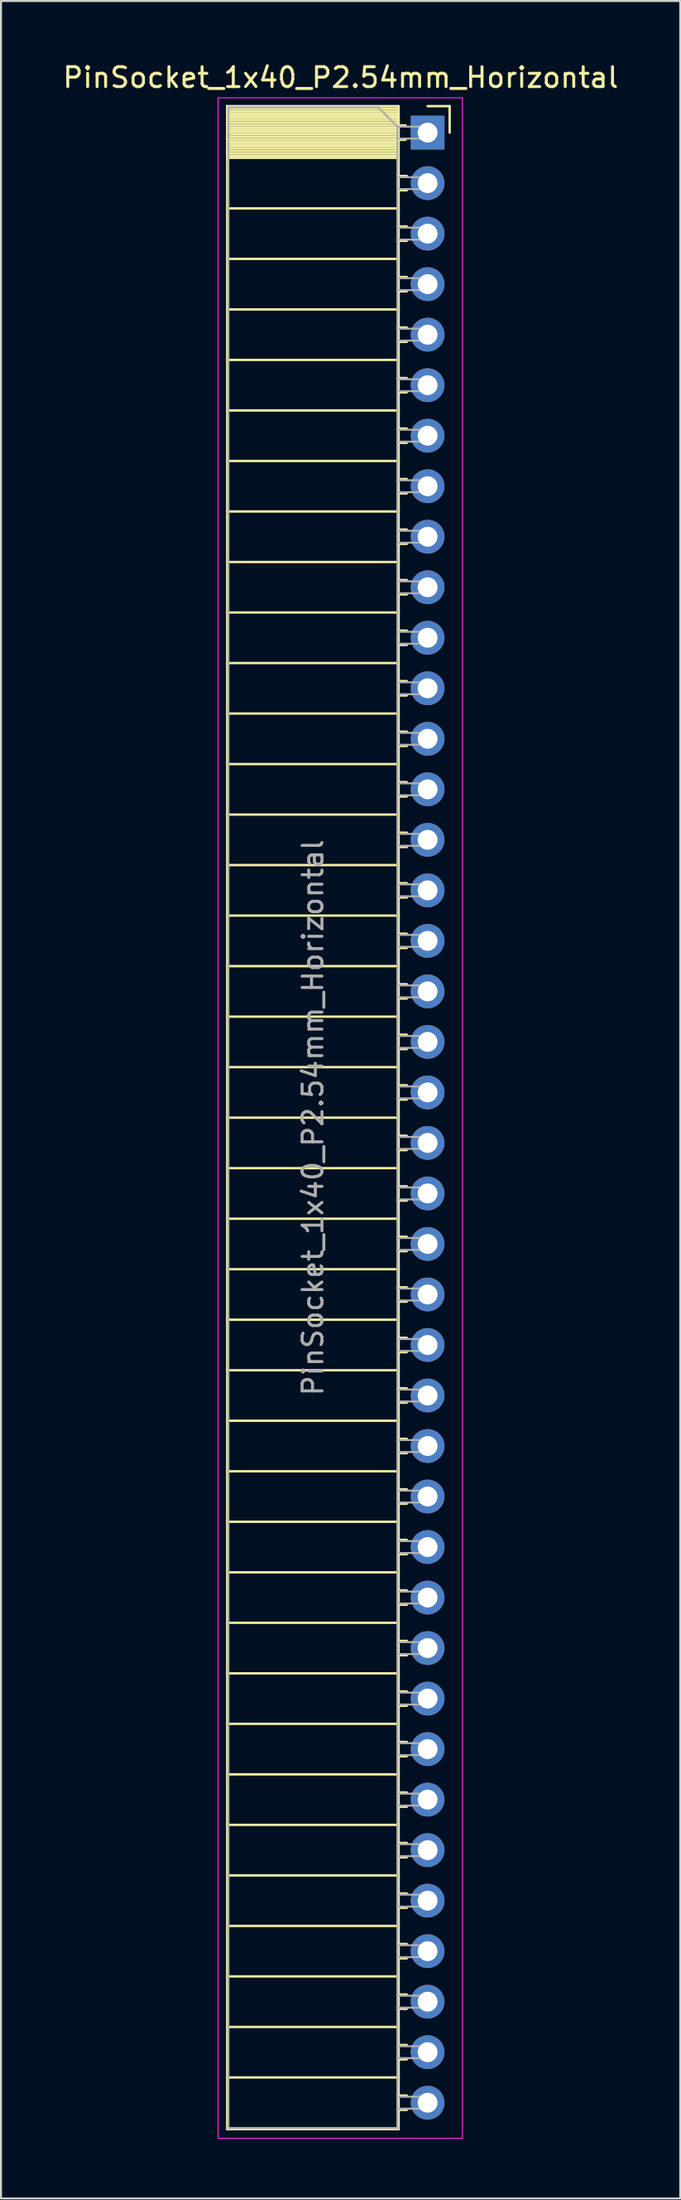
<source format=kicad_pcb>
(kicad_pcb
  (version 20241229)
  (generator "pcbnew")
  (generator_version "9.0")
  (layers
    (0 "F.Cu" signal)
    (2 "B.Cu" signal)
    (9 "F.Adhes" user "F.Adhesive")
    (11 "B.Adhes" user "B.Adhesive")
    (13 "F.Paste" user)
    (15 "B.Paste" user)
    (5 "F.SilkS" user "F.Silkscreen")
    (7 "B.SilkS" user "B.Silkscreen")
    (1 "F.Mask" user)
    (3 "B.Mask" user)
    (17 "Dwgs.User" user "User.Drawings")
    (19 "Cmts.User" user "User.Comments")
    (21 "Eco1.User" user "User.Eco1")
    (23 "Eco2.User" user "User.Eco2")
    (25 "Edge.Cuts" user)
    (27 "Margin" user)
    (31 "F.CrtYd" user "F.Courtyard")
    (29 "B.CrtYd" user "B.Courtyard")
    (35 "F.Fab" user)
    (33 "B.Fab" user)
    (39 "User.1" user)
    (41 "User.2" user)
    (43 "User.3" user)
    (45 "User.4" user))
  (footprint "PinSocket_1x40_P2.54mm_Horizontal"
    (layer "F.Cu")
    (at 18.481 3.618)
    (property "Reference" "PinSocket_1x40_P2.54mm_Horizontal" (at -4.38 -2.77 0) (layer "F.SilkS") (effects (font (size 1 1) (thickness 0.15))))
    (attr through_hole)
    (fp_line (start -10.09 -1.33) (end -10.09 100.39) (stroke (width 0.12) (type solid)) (layer "F.SilkS"))
    (fp_line (start -10.09 -1.33) (end -1.46 -1.33) (stroke (width 0.12) (type solid)) (layer "F.SilkS"))
    (fp_line (start -10.09 -1.21) (end -1.46 -1.21) (stroke (width 0.12) (type solid)) (layer "F.SilkS"))
    (fp_line (start -10.09 -1.092) (end -1.46 -1.092) (stroke (width 0.12) (type solid)) (layer "F.SilkS"))
    (fp_line (start -10.09 -0.974) (end -1.46 -0.974) (stroke (width 0.12) (type solid)) (layer "F.SilkS"))
    (fp_line (start -10.09 -0.856) (end -1.46 -0.856) (stroke (width 0.12) (type solid)) (layer "F.SilkS"))
    (fp_line (start -10.09 -0.738) (end -1.46 -0.738) (stroke (width 0.12) (type solid)) (layer "F.SilkS"))
    (fp_line (start -10.09 -0.62) (end -1.46 -0.62) (stroke (width 0.12) (type solid)) (layer "F.SilkS"))
    (fp_line (start -10.09 -0.501) (end -1.46 -0.501) (stroke (width 0.12) (type solid)) (layer "F.SilkS"))
    (fp_line (start -10.09 -0.383) (end -1.46 -0.383) (stroke (width 0.12) (type solid)) (layer "F.SilkS"))
    (fp_line (start -10.09 -0.265) (end -1.46 -0.265) (stroke (width 0.12) (type solid)) (layer "F.SilkS"))
    (fp_line (start -10.09 -0.147) (end -1.46 -0.147) (stroke (width 0.12) (type solid)) (layer "F.SilkS"))
    (fp_line (start -10.09 -0.029) (end -1.46 -0.029) (stroke (width 0.12) (type solid)) (layer "F.SilkS"))
    (fp_line (start -10.09 0.089) (end -1.46 0.089) (stroke (width 0.12) (type solid)) (layer "F.SilkS"))
    (fp_line (start -10.09 0.207) (end -1.46 0.207) (stroke (width 0.12) (type solid)) (layer "F.SilkS"))
    (fp_line (start -10.09 0.325) (end -1.46 0.325) (stroke (width 0.12) (type solid)) (layer "F.SilkS"))
    (fp_line (start -10.09 0.443) (end -1.46 0.443) (stroke (width 0.12) (type solid)) (layer "F.SilkS"))
    (fp_line (start -10.09 0.561) (end -1.46 0.561) (stroke (width 0.12) (type solid)) (layer "F.SilkS"))
    (fp_line (start -10.09 0.68) (end -1.46 0.68) (stroke (width 0.12) (type solid)) (layer "F.SilkS"))
    (fp_line (start -10.09 0.798) (end -1.46 0.798) (stroke (width 0.12) (type solid)) (layer "F.SilkS"))
    (fp_line (start -10.09 0.916) (end -1.46 0.916) (stroke (width 0.12) (type solid)) (layer "F.SilkS"))
    (fp_line (start -10.09 1.034) (end -1.46 1.034) (stroke (width 0.12) (type solid)) (layer "F.SilkS"))
    (fp_line (start -10.09 1.152) (end -1.46 1.152) (stroke (width 0.12) (type solid)) (layer "F.SilkS"))
    (fp_line (start -10.09 1.27) (end -1.46 1.27) (stroke (width 0.12) (type solid)) (layer "F.SilkS"))
    (fp_line (start -10.09 3.81) (end -1.46 3.81) (stroke (width 0.12) (type solid)) (layer "F.SilkS"))
    (fp_line (start -10.09 6.35) (end -1.46 6.35) (stroke (width 0.12) (type solid)) (layer "F.SilkS"))
    (fp_line (start -10.09 8.89) (end -1.46 8.89) (stroke (width 0.12) (type solid)) (layer "F.SilkS"))
    (fp_line (start -10.09 11.43) (end -1.46 11.43) (stroke (width 0.12) (type solid)) (layer "F.SilkS"))
    (fp_line (start -10.09 13.97) (end -1.46 13.97) (stroke (width 0.12) (type solid)) (layer "F.SilkS"))
    (fp_line (start -10.09 16.51) (end -1.46 16.51) (stroke (width 0.12) (type solid)) (layer "F.SilkS"))
    (fp_line (start -10.09 19.05) (end -1.46 19.05) (stroke (width 0.12) (type solid)) (layer "F.SilkS"))
    (fp_line (start -10.09 21.59) (end -1.46 21.59) (stroke (width 0.12) (type solid)) (layer "F.SilkS"))
    (fp_line (start -10.09 24.13) (end -1.46 24.13) (stroke (width 0.12) (type solid)) (layer "F.SilkS"))
    (fp_line (start -10.09 26.67) (end -1.46 26.67) (stroke (width 0.12) (type solid)) (layer "F.SilkS"))
    (fp_line (start -10.09 29.21) (end -1.46 29.21) (stroke (width 0.12) (type solid)) (layer "F.SilkS"))
    (fp_line (start -10.09 31.75) (end -1.46 31.75) (stroke (width 0.12) (type solid)) (layer "F.SilkS"))
    (fp_line (start -10.09 34.29) (end -1.46 34.29) (stroke (width 0.12) (type solid)) (layer "F.SilkS"))
    (fp_line (start -10.09 36.83) (end -1.46 36.83) (stroke (width 0.12) (type solid)) (layer "F.SilkS"))
    (fp_line (start -10.09 39.37) (end -1.46 39.37) (stroke (width 0.12) (type solid)) (layer "F.SilkS"))
    (fp_line (start -10.09 41.91) (end -1.46 41.91) (stroke (width 0.12) (type solid)) (layer "F.SilkS"))
    (fp_line (start -10.09 44.45) (end -1.46 44.45) (stroke (width 0.12) (type solid)) (layer "F.SilkS"))
    (fp_line (start -10.09 46.99) (end -1.46 46.99) (stroke (width 0.12) (type solid)) (layer "F.SilkS"))
    (fp_line (start -10.09 49.53) (end -1.46 49.53) (stroke (width 0.12) (type solid)) (layer "F.SilkS"))
    (fp_line (start -10.09 52.07) (end -1.46 52.07) (stroke (width 0.12) (type solid)) (layer "F.SilkS"))
    (fp_line (start -10.09 54.61) (end -1.46 54.61) (stroke (width 0.12) (type solid)) (layer "F.SilkS"))
    (fp_line (start -10.09 57.15) (end -1.46 57.15) (stroke (width 0.12) (type solid)) (layer "F.SilkS"))
    (fp_line (start -10.09 59.69) (end -1.46 59.69) (stroke (width 0.12) (type solid)) (layer "F.SilkS"))
    (fp_line (start -10.09 62.23) (end -1.46 62.23) (stroke (width 0.12) (type solid)) (layer "F.SilkS"))
    (fp_line (start -10.09 64.77) (end -1.46 64.77) (stroke (width 0.12) (type solid)) (layer "F.SilkS"))
    (fp_line (start -10.09 67.31) (end -1.46 67.31) (stroke (width 0.12) (type solid)) (layer "F.SilkS"))
    (fp_line (start -10.09 69.85) (end -1.46 69.85) (stroke (width 0.12) (type solid)) (layer "F.SilkS"))
    (fp_line (start -10.09 72.39) (end -1.46 72.39) (stroke (width 0.12) (type solid)) (layer "F.SilkS"))
    (fp_line (start -10.09 74.93) (end -1.46 74.93) (stroke (width 0.12) (type solid)) (layer "F.SilkS"))
    (fp_line (start -10.09 77.47) (end -1.46 77.47) (stroke (width 0.12) (type solid)) (layer "F.SilkS"))
    (fp_line (start -10.09 80.01) (end -1.46 80.01) (stroke (width 0.12) (type solid)) (layer "F.SilkS"))
    (fp_line (start -10.09 82.55) (end -1.46 82.55) (stroke (width 0.12) (type solid)) (layer "F.SilkS"))
    (fp_line (start -10.09 85.09) (end -1.46 85.09) (stroke (width 0.12) (type solid)) (layer "F.SilkS"))
    (fp_line (start -10.09 87.63) (end -1.46 87.63) (stroke (width 0.12) (type solid)) (layer "F.SilkS"))
    (fp_line (start -10.09 90.17) (end -1.46 90.17) (stroke (width 0.12) (type solid)) (layer "F.SilkS"))
    (fp_line (start -10.09 92.71) (end -1.46 92.71) (stroke (width 0.12) (type solid)) (layer "F.SilkS"))
    (fp_line (start -10.09 95.25) (end -1.46 95.25) (stroke (width 0.12) (type solid)) (layer "F.SilkS"))
    (fp_line (start -10.09 97.79) (end -1.46 97.79) (stroke (width 0.12) (type solid)) (layer "F.SilkS"))
    (fp_line (start -10.09 100.39) (end -1.46 100.39) (stroke (width 0.12) (type solid)) (layer "F.SilkS"))
    (fp_line (start -1.46 -1.33) (end -1.46 100.39) (stroke (width 0.12) (type solid)) (layer "F.SilkS"))
    (fp_line (start -1.46 -0.36) (end -1.11 -0.36) (stroke (width 0.12) (type solid)) (layer "F.SilkS"))
    (fp_line (start -1.46 0.36) (end -1.11 0.36) (stroke (width 0.12) (type solid)) (layer "F.SilkS"))
    (fp_line (start -1.46 2.18) (end -1.05 2.18) (stroke (width 0.12) (type solid)) (layer "F.SilkS"))
    (fp_line (start -1.46 2.9) (end -1.05 2.9) (stroke (width 0.12) (type solid)) (layer "F.SilkS"))
    (fp_line (start -1.46 4.72) (end -1.05 4.72) (stroke (width 0.12) (type solid)) (layer "F.SilkS"))
    (fp_line (start -1.46 5.44) (end -1.05 5.44) (stroke (width 0.12) (type solid)) (layer "F.SilkS"))
    (fp_line (start -1.46 7.26) (end -1.05 7.26) (stroke (width 0.12) (type solid)) (layer "F.SilkS"))
    (fp_line (start -1.46 7.98) (end -1.05 7.98) (stroke (width 0.12) (type solid)) (layer "F.SilkS"))
    (fp_line (start -1.46 9.8) (end -1.05 9.8) (stroke (width 0.12) (type solid)) (layer "F.SilkS"))
    (fp_line (start -1.46 10.52) (end -1.05 10.52) (stroke (width 0.12) (type solid)) (layer "F.SilkS"))
    (fp_line (start -1.46 12.34) (end -1.05 12.34) (stroke (width 0.12) (type solid)) (layer "F.SilkS"))
    (fp_line (start -1.46 13.06) (end -1.05 13.06) (stroke (width 0.12) (type solid)) (layer "F.SilkS"))
    (fp_line (start -1.46 14.88) (end -1.05 14.88) (stroke (width 0.12) (type solid)) (layer "F.SilkS"))
    (fp_line (start -1.46 15.6) (end -1.05 15.6) (stroke (width 0.12) (type solid)) (layer "F.SilkS"))
    (fp_line (start -1.46 17.42) (end -1.05 17.42) (stroke (width 0.12) (type solid)) (layer "F.SilkS"))
    (fp_line (start -1.46 18.14) (end -1.05 18.14) (stroke (width 0.12) (type solid)) (layer "F.SilkS"))
    (fp_line (start -1.46 19.96) (end -1.05 19.96) (stroke (width 0.12) (type solid)) (layer "F.SilkS"))
    (fp_line (start -1.46 20.68) (end -1.05 20.68) (stroke (width 0.12) (type solid)) (layer "F.SilkS"))
    (fp_line (start -1.46 22.5) (end -1.05 22.5) (stroke (width 0.12) (type solid)) (layer "F.SilkS"))
    (fp_line (start -1.46 23.22) (end -1.05 23.22) (stroke (width 0.12) (type solid)) (layer "F.SilkS"))
    (fp_line (start -1.46 25.04) (end -1.05 25.04) (stroke (width 0.12) (type solid)) (layer "F.SilkS"))
    (fp_line (start -1.46 25.76) (end -1.05 25.76) (stroke (width 0.12) (type solid)) (layer "F.SilkS"))
    (fp_line (start -1.46 27.58) (end -1.05 27.58) (stroke (width 0.12) (type solid)) (layer "F.SilkS"))
    (fp_line (start -1.46 28.3) (end -1.05 28.3) (stroke (width 0.12) (type solid)) (layer "F.SilkS"))
    (fp_line (start -1.46 30.12) (end -1.05 30.12) (stroke (width 0.12) (type solid)) (layer "F.SilkS"))
    (fp_line (start -1.46 30.84) (end -1.05 30.84) (stroke (width 0.12) (type solid)) (layer "F.SilkS"))
    (fp_line (start -1.46 32.66) (end -1.05 32.66) (stroke (width 0.12) (type solid)) (layer "F.SilkS"))
    (fp_line (start -1.46 33.38) (end -1.05 33.38) (stroke (width 0.12) (type solid)) (layer "F.SilkS"))
    (fp_line (start -1.46 35.2) (end -1.05 35.2) (stroke (width 0.12) (type solid)) (layer "F.SilkS"))
    (fp_line (start -1.46 35.92) (end -1.05 35.92) (stroke (width 0.12) (type solid)) (layer "F.SilkS"))
    (fp_line (start -1.46 37.74) (end -1.05 37.74) (stroke (width 0.12) (type solid)) (layer "F.SilkS"))
    (fp_line (start -1.46 38.46) (end -1.05 38.46) (stroke (width 0.12) (type solid)) (layer "F.SilkS"))
    (fp_line (start -1.46 40.28) (end -1.05 40.28) (stroke (width 0.12) (type solid)) (layer "F.SilkS"))
    (fp_line (start -1.46 41) (end -1.05 41) (stroke (width 0.12) (type solid)) (layer "F.SilkS"))
    (fp_line (start -1.46 42.82) (end -1.05 42.82) (stroke (width 0.12) (type solid)) (layer "F.SilkS"))
    (fp_line (start -1.46 43.54) (end -1.05 43.54) (stroke (width 0.12) (type solid)) (layer "F.SilkS"))
    (fp_line (start -1.46 45.36) (end -1.05 45.36) (stroke (width 0.12) (type solid)) (layer "F.SilkS"))
    (fp_line (start -1.46 46.08) (end -1.05 46.08) (stroke (width 0.12) (type solid)) (layer "F.SilkS"))
    (fp_line (start -1.46 47.9) (end -1.05 47.9) (stroke (width 0.12) (type solid)) (layer "F.SilkS"))
    (fp_line (start -1.46 48.62) (end -1.05 48.62) (stroke (width 0.12) (type solid)) (layer "F.SilkS"))
    (fp_line (start -1.46 50.44) (end -1.05 50.44) (stroke (width 0.12) (type solid)) (layer "F.SilkS"))
    (fp_line (start -1.46 51.16) (end -1.05 51.16) (stroke (width 0.12) (type solid)) (layer "F.SilkS"))
    (fp_line (start -1.46 52.98) (end -1.05 52.98) (stroke (width 0.12) (type solid)) (layer "F.SilkS"))
    (fp_line (start -1.46 53.7) (end -1.05 53.7) (stroke (width 0.12) (type solid)) (layer "F.SilkS"))
    (fp_line (start -1.46 55.52) (end -1.05 55.52) (stroke (width 0.12) (type solid)) (layer "F.SilkS"))
    (fp_line (start -1.46 56.24) (end -1.05 56.24) (stroke (width 0.12) (type solid)) (layer "F.SilkS"))
    (fp_line (start -1.46 58.06) (end -1.05 58.06) (stroke (width 0.12) (type solid)) (layer "F.SilkS"))
    (fp_line (start -1.46 58.78) (end -1.05 58.78) (stroke (width 0.12) (type solid)) (layer "F.SilkS"))
    (fp_line (start -1.46 60.6) (end -1.05 60.6) (stroke (width 0.12) (type solid)) (layer "F.SilkS"))
    (fp_line (start -1.46 61.32) (end -1.05 61.32) (stroke (width 0.12) (type solid)) (layer "F.SilkS"))
    (fp_line (start -1.46 63.14) (end -1.05 63.14) (stroke (width 0.12) (type solid)) (layer "F.SilkS"))
    (fp_line (start -1.46 63.86) (end -1.05 63.86) (stroke (width 0.12) (type solid)) (layer "F.SilkS"))
    (fp_line (start -1.46 65.68) (end -1.05 65.68) (stroke (width 0.12) (type solid)) (layer "F.SilkS"))
    (fp_line (start -1.46 66.4) (end -1.05 66.4) (stroke (width 0.12) (type solid)) (layer "F.SilkS"))
    (fp_line (start -1.46 68.22) (end -1.05 68.22) (stroke (width 0.12) (type solid)) (layer "F.SilkS"))
    (fp_line (start -1.46 68.94) (end -1.05 68.94) (stroke (width 0.12) (type solid)) (layer "F.SilkS"))
    (fp_line (start -1.46 70.76) (end -1.05 70.76) (stroke (width 0.12) (type solid)) (layer "F.SilkS"))
    (fp_line (start -1.46 71.48) (end -1.05 71.48) (stroke (width 0.12) (type solid)) (layer "F.SilkS"))
    (fp_line (start -1.46 73.3) (end -1.05 73.3) (stroke (width 0.12) (type solid)) (layer "F.SilkS"))
    (fp_line (start -1.46 74.02) (end -1.05 74.02) (stroke (width 0.12) (type solid)) (layer "F.SilkS"))
    (fp_line (start -1.46 75.84) (end -1.05 75.84) (stroke (width 0.12) (type solid)) (layer "F.SilkS"))
    (fp_line (start -1.46 76.56) (end -1.05 76.56) (stroke (width 0.12) (type solid)) (layer "F.SilkS"))
    (fp_line (start -1.46 78.38) (end -1.05 78.38) (stroke (width 0.12) (type solid)) (layer "F.SilkS"))
    (fp_line (start -1.46 79.1) (end -1.05 79.1) (stroke (width 0.12) (type solid)) (layer "F.SilkS"))
    (fp_line (start -1.46 80.92) (end -1.05 80.92) (stroke (width 0.12) (type solid)) (layer "F.SilkS"))
    (fp_line (start -1.46 81.64) (end -1.05 81.64) (stroke (width 0.12) (type solid)) (layer "F.SilkS"))
    (fp_line (start -1.46 83.46) (end -1.05 83.46) (stroke (width 0.12) (type solid)) (layer "F.SilkS"))
    (fp_line (start -1.46 84.18) (end -1.05 84.18) (stroke (width 0.12) (type solid)) (layer "F.SilkS"))
    (fp_line (start -1.46 86) (end -1.05 86) (stroke (width 0.12) (type solid)) (layer "F.SilkS"))
    (fp_line (start -1.46 86.72) (end -1.05 86.72) (stroke (width 0.12) (type solid)) (layer "F.SilkS"))
    (fp_line (start -1.46 88.54) (end -1.05 88.54) (stroke (width 0.12) (type solid)) (layer "F.SilkS"))
    (fp_line (start -1.46 89.26) (end -1.05 89.26) (stroke (width 0.12) (type solid)) (layer "F.SilkS"))
    (fp_line (start -1.46 91.08) (end -1.05 91.08) (stroke (width 0.12) (type solid)) (layer "F.SilkS"))
    (fp_line (start -1.46 91.8) (end -1.05 91.8) (stroke (width 0.12) (type solid)) (layer "F.SilkS"))
    (fp_line (start -1.46 93.62) (end -1.05 93.62) (stroke (width 0.12) (type solid)) (layer "F.SilkS"))
    (fp_line (start -1.46 94.34) (end -1.05 94.34) (stroke (width 0.12) (type solid)) (layer "F.SilkS"))
    (fp_line (start -1.46 96.16) (end -1.05 96.16) (stroke (width 0.12) (type solid)) (layer "F.SilkS"))
    (fp_line (start -1.46 96.88) (end -1.05 96.88) (stroke (width 0.12) (type solid)) (layer "F.SilkS"))
    (fp_line (start -1.46 98.7) (end -1.05 98.7) (stroke (width 0.12) (type solid)) (layer "F.SilkS"))
    (fp_line (start -1.46 99.42) (end -1.05 99.42) (stroke (width 0.12) (type solid)) (layer "F.SilkS"))
    (fp_line (start 0 -1.33) (end 1.11 -1.33) (stroke (width 0.12) (type solid)) (layer "F.SilkS"))
    (fp_line (start 1.11 -1.33) (end 1.11 0) (stroke (width 0.12) (type solid)) (layer "F.SilkS"))
    (fp_line (start -10.55 -1.75) (end -10.55 100.85) (stroke (width 0.05) (type solid)) (layer "F.CrtYd"))
    (fp_line (start -10.55 100.85) (end 1.75 100.85) (stroke (width 0.05) (type solid)) (layer "F.CrtYd"))
    (fp_line (start 1.75 -1.75) (end -10.55 -1.75) (stroke (width 0.05) (type solid)) (layer "F.CrtYd"))
    (fp_line (start 1.75 100.85) (end 1.75 -1.75) (stroke (width 0.05) (type solid)) (layer "F.CrtYd"))
    (fp_line (start -10.03 -1.27) (end -2.49 -1.27) (stroke (width 0.1) (type solid)) (layer "F.Fab"))
    (fp_line (start -10.03 100.33) (end -10.03 -1.27) (stroke (width 0.1) (type solid)) (layer "F.Fab"))
    (fp_line (start -2.49 -1.27) (end -1.52 -0.3) (stroke (width 0.1) (type solid)) (layer "F.Fab"))
    (fp_line (start -1.52 -0.3) (end -1.52 100.33) (stroke (width 0.1) (type solid)) (layer "F.Fab"))
    (fp_line (start -1.52 0.3) (end 0 0.3) (stroke (width 0.1) (type solid)) (layer "F.Fab"))
    (fp_line (start -1.52 2.84) (end 0 2.84) (stroke (width 0.1) (type solid)) (layer "F.Fab"))
    (fp_line (start -1.52 5.38) (end 0 5.38) (stroke (width 0.1) (type solid)) (layer "F.Fab"))
    (fp_line (start -1.52 7.92) (end 0 7.92) (stroke (width 0.1) (type solid)) (layer "F.Fab"))
    (fp_line (start -1.52 10.46) (end 0 10.46) (stroke (width 0.1) (type solid)) (layer "F.Fab"))
    (fp_line (start -1.52 13) (end 0 13) (stroke (width 0.1) (type solid)) (layer "F.Fab"))
    (fp_line (start -1.52 15.54) (end 0 15.54) (stroke (width 0.1) (type solid)) (layer "F.Fab"))
    (fp_line (start -1.52 18.08) (end 0 18.08) (stroke (width 0.1) (type solid)) (layer "F.Fab"))
    (fp_line (start -1.52 20.62) (end 0 20.62) (stroke (width 0.1) (type solid)) (layer "F.Fab"))
    (fp_line (start -1.52 23.16) (end 0 23.16) (stroke (width 0.1) (type solid)) (layer "F.Fab"))
    (fp_line (start -1.52 25.7) (end 0 25.7) (stroke (width 0.1) (type solid)) (layer "F.Fab"))
    (fp_line (start -1.52 28.24) (end 0 28.24) (stroke (width 0.1) (type solid)) (layer "F.Fab"))
    (fp_line (start -1.52 30.78) (end 0 30.78) (stroke (width 0.1) (type solid)) (layer "F.Fab"))
    (fp_line (start -1.52 33.32) (end 0 33.32) (stroke (width 0.1) (type solid)) (layer "F.Fab"))
    (fp_line (start -1.52 35.86) (end 0 35.86) (stroke (width 0.1) (type solid)) (layer "F.Fab"))
    (fp_line (start -1.52 38.4) (end 0 38.4) (stroke (width 0.1) (type solid)) (layer "F.Fab"))
    (fp_line (start -1.52 40.94) (end 0 40.94) (stroke (width 0.1) (type solid)) (layer "F.Fab"))
    (fp_line (start -1.52 43.48) (end 0 43.48) (stroke (width 0.1) (type solid)) (layer "F.Fab"))
    (fp_line (start -1.52 46.02) (end 0 46.02) (stroke (width 0.1) (type solid)) (layer "F.Fab"))
    (fp_line (start -1.52 48.56) (end 0 48.56) (stroke (width 0.1) (type solid)) (layer "F.Fab"))
    (fp_line (start -1.52 51.1) (end 0 51.1) (stroke (width 0.1) (type solid)) (layer "F.Fab"))
    (fp_line (start -1.52 53.64) (end 0 53.64) (stroke (width 0.1) (type solid)) (layer "F.Fab"))
    (fp_line (start -1.52 56.18) (end 0 56.18) (stroke (width 0.1) (type solid)) (layer "F.Fab"))
    (fp_line (start -1.52 58.72) (end 0 58.72) (stroke (width 0.1) (type solid)) (layer "F.Fab"))
    (fp_line (start -1.52 61.26) (end 0 61.26) (stroke (width 0.1) (type solid)) (layer "F.Fab"))
    (fp_line (start -1.52 63.8) (end 0 63.8) (stroke (width 0.1) (type solid)) (layer "F.Fab"))
    (fp_line (start -1.52 66.34) (end 0 66.34) (stroke (width 0.1) (type solid)) (layer "F.Fab"))
    (fp_line (start -1.52 68.88) (end 0 68.88) (stroke (width 0.1) (type solid)) (layer "F.Fab"))
    (fp_line (start -1.52 71.42) (end 0 71.42) (stroke (width 0.1) (type solid)) (layer "F.Fab"))
    (fp_line (start -1.52 73.96) (end 0 73.96) (stroke (width 0.1) (type solid)) (layer "F.Fab"))
    (fp_line (start -1.52 76.5) (end 0 76.5) (stroke (width 0.1) (type solid)) (layer "F.Fab"))
    (fp_line (start -1.52 79.04) (end 0 79.04) (stroke (width 0.1) (type solid)) (layer "F.Fab"))
    (fp_line (start -1.52 81.58) (end 0 81.58) (stroke (width 0.1) (type solid)) (layer "F.Fab"))
    (fp_line (start -1.52 84.12) (end 0 84.12) (stroke (width 0.1) (type solid)) (layer "F.Fab"))
    (fp_line (start -1.52 86.66) (end 0 86.66) (stroke (width 0.1) (type solid)) (layer "F.Fab"))
    (fp_line (start -1.52 89.2) (end 0 89.2) (stroke (width 0.1) (type solid)) (layer "F.Fab"))
    (fp_line (start -1.52 91.74) (end 0 91.74) (stroke (width 0.1) (type solid)) (layer "F.Fab"))
    (fp_line (start -1.52 94.28) (end 0 94.28) (stroke (width 0.1) (type solid)) (layer "F.Fab"))
    (fp_line (start -1.52 96.82) (end 0 96.82) (stroke (width 0.1) (type solid)) (layer "F.Fab"))
    (fp_line (start -1.52 99.36) (end 0 99.36) (stroke (width 0.1) (type solid)) (layer "F.Fab"))
    (fp_line (start -1.52 100.33) (end -10.03 100.33) (stroke (width 0.1) (type solid)) (layer "F.Fab"))
    (fp_line (start 0 -0.3) (end -1.52 -0.3) (stroke (width 0.1) (type solid)) (layer "F.Fab"))
    (fp_line (start 0 0.3) (end 0 -0.3) (stroke (width 0.1) (type solid)) (layer "F.Fab"))
    (fp_line (start 0 2.24) (end -1.52 2.24) (stroke (width 0.1) (type solid)) (layer "F.Fab"))
    (fp_line (start 0 2.84) (end 0 2.24) (stroke (width 0.1) (type solid)) (layer "F.Fab"))
    (fp_line (start 0 4.78) (end -1.52 4.78) (stroke (width 0.1) (type solid)) (layer "F.Fab"))
    (fp_line (start 0 5.38) (end 0 4.78) (stroke (width 0.1) (type solid)) (layer "F.Fab"))
    (fp_line (start 0 7.32) (end -1.52 7.32) (stroke (width 0.1) (type solid)) (layer "F.Fab"))
    (fp_line (start 0 7.92) (end 0 7.32) (stroke (width 0.1) (type solid)) (layer "F.Fab"))
    (fp_line (start 0 9.86) (end -1.52 9.86) (stroke (width 0.1) (type solid)) (layer "F.Fab"))
    (fp_line (start 0 10.46) (end 0 9.86) (stroke (width 0.1) (type solid)) (layer "F.Fab"))
    (fp_line (start 0 12.4) (end -1.52 12.4) (stroke (width 0.1) (type solid)) (layer "F.Fab"))
    (fp_line (start 0 13) (end 0 12.4) (stroke (width 0.1) (type solid)) (layer "F.Fab"))
    (fp_line (start 0 14.94) (end -1.52 14.94) (stroke (width 0.1) (type solid)) (layer "F.Fab"))
    (fp_line (start 0 15.54) (end 0 14.94) (stroke (width 0.1) (type solid)) (layer "F.Fab"))
    (fp_line (start 0 17.48) (end -1.52 17.48) (stroke (width 0.1) (type solid)) (layer "F.Fab"))
    (fp_line (start 0 18.08) (end 0 17.48) (stroke (width 0.1) (type solid)) (layer "F.Fab"))
    (fp_line (start 0 20.02) (end -1.52 20.02) (stroke (width 0.1) (type solid)) (layer "F.Fab"))
    (fp_line (start 0 20.62) (end 0 20.02) (stroke (width 0.1) (type solid)) (layer "F.Fab"))
    (fp_line (start 0 22.56) (end -1.52 22.56) (stroke (width 0.1) (type solid)) (layer "F.Fab"))
    (fp_line (start 0 23.16) (end 0 22.56) (stroke (width 0.1) (type solid)) (layer "F.Fab"))
    (fp_line (start 0 25.1) (end -1.52 25.1) (stroke (width 0.1) (type solid)) (layer "F.Fab"))
    (fp_line (start 0 25.7) (end 0 25.1) (stroke (width 0.1) (type solid)) (layer "F.Fab"))
    (fp_line (start 0 27.64) (end -1.52 27.64) (stroke (width 0.1) (type solid)) (layer "F.Fab"))
    (fp_line (start 0 28.24) (end 0 27.64) (stroke (width 0.1) (type solid)) (layer "F.Fab"))
    (fp_line (start 0 30.18) (end -1.52 30.18) (stroke (width 0.1) (type solid)) (layer "F.Fab"))
    (fp_line (start 0 30.78) (end 0 30.18) (stroke (width 0.1) (type solid)) (layer "F.Fab"))
    (fp_line (start 0 32.72) (end -1.52 32.72) (stroke (width 0.1) (type solid)) (layer "F.Fab"))
    (fp_line (start 0 33.32) (end 0 32.72) (stroke (width 0.1) (type solid)) (layer "F.Fab"))
    (fp_line (start 0 35.26) (end -1.52 35.26) (stroke (width 0.1) (type solid)) (layer "F.Fab"))
    (fp_line (start 0 35.86) (end 0 35.26) (stroke (width 0.1) (type solid)) (layer "F.Fab"))
    (fp_line (start 0 37.8) (end -1.52 37.8) (stroke (width 0.1) (type solid)) (layer "F.Fab"))
    (fp_line (start 0 38.4) (end 0 37.8) (stroke (width 0.1) (type solid)) (layer "F.Fab"))
    (fp_line (start 0 40.34) (end -1.52 40.34) (stroke (width 0.1) (type solid)) (layer "F.Fab"))
    (fp_line (start 0 40.94) (end 0 40.34) (stroke (width 0.1) (type solid)) (layer "F.Fab"))
    (fp_line (start 0 42.88) (end -1.52 42.88) (stroke (width 0.1) (type solid)) (layer "F.Fab"))
    (fp_line (start 0 43.48) (end 0 42.88) (stroke (width 0.1) (type solid)) (layer "F.Fab"))
    (fp_line (start 0 45.42) (end -1.52 45.42) (stroke (width 0.1) (type solid)) (layer "F.Fab"))
    (fp_line (start 0 46.02) (end 0 45.42) (stroke (width 0.1) (type solid)) (layer "F.Fab"))
    (fp_line (start 0 47.96) (end -1.52 47.96) (stroke (width 0.1) (type solid)) (layer "F.Fab"))
    (fp_line (start 0 48.56) (end 0 47.96) (stroke (width 0.1) (type solid)) (layer "F.Fab"))
    (fp_line (start 0 50.5) (end -1.52 50.5) (stroke (width 0.1) (type solid)) (layer "F.Fab"))
    (fp_line (start 0 51.1) (end 0 50.5) (stroke (width 0.1) (type solid)) (layer "F.Fab"))
    (fp_line (start 0 53.04) (end -1.52 53.04) (stroke (width 0.1) (type solid)) (layer "F.Fab"))
    (fp_line (start 0 53.64) (end 0 53.04) (stroke (width 0.1) (type solid)) (layer "F.Fab"))
    (fp_line (start 0 55.58) (end -1.52 55.58) (stroke (width 0.1) (type solid)) (layer "F.Fab"))
    (fp_line (start 0 56.18) (end 0 55.58) (stroke (width 0.1) (type solid)) (layer "F.Fab"))
    (fp_line (start 0 58.12) (end -1.52 58.12) (stroke (width 0.1) (type solid)) (layer "F.Fab"))
    (fp_line (start 0 58.72) (end 0 58.12) (stroke (width 0.1) (type solid)) (layer "F.Fab"))
    (fp_line (start 0 60.66) (end -1.52 60.66) (stroke (width 0.1) (type solid)) (layer "F.Fab"))
    (fp_line (start 0 61.26) (end 0 60.66) (stroke (width 0.1) (type solid)) (layer "F.Fab"))
    (fp_line (start 0 63.2) (end -1.52 63.2) (stroke (width 0.1) (type solid)) (layer "F.Fab"))
    (fp_line (start 0 63.8) (end 0 63.2) (stroke (width 0.1) (type solid)) (layer "F.Fab"))
    (fp_line (start 0 65.74) (end -1.52 65.74) (stroke (width 0.1) (type solid)) (layer "F.Fab"))
    (fp_line (start 0 66.34) (end 0 65.74) (stroke (width 0.1) (type solid)) (layer "F.Fab"))
    (fp_line (start 0 68.28) (end -1.52 68.28) (stroke (width 0.1) (type solid)) (layer "F.Fab"))
    (fp_line (start 0 68.88) (end 0 68.28) (stroke (width 0.1) (type solid)) (layer "F.Fab"))
    (fp_line (start 0 70.82) (end -1.52 70.82) (stroke (width 0.1) (type solid)) (layer "F.Fab"))
    (fp_line (start 0 71.42) (end 0 70.82) (stroke (width 0.1) (type solid)) (layer "F.Fab"))
    (fp_line (start 0 73.36) (end -1.52 73.36) (stroke (width 0.1) (type solid)) (layer "F.Fab"))
    (fp_line (start 0 73.96) (end 0 73.36) (stroke (width 0.1) (type solid)) (layer "F.Fab"))
    (fp_line (start 0 75.9) (end -1.52 75.9) (stroke (width 0.1) (type solid)) (layer "F.Fab"))
    (fp_line (start 0 76.5) (end 0 75.9) (stroke (width 0.1) (type solid)) (layer "F.Fab"))
    (fp_line (start 0 78.44) (end -1.52 78.44) (stroke (width 0.1) (type solid)) (layer "F.Fab"))
    (fp_line (start 0 79.04) (end 0 78.44) (stroke (width 0.1) (type solid)) (layer "F.Fab"))
    (fp_line (start 0 80.98) (end -1.52 80.98) (stroke (width 0.1) (type solid)) (layer "F.Fab"))
    (fp_line (start 0 81.58) (end 0 80.98) (stroke (width 0.1) (type solid)) (layer "F.Fab"))
    (fp_line (start 0 83.52) (end -1.52 83.52) (stroke (width 0.1) (type solid)) (layer "F.Fab"))
    (fp_line (start 0 84.12) (end 0 83.52) (stroke (width 0.1) (type solid)) (layer "F.Fab"))
    (fp_line (start 0 86.06) (end -1.52 86.06) (stroke (width 0.1) (type solid)) (layer "F.Fab"))
    (fp_line (start 0 86.66) (end 0 86.06) (stroke (width 0.1) (type solid)) (layer "F.Fab"))
    (fp_line (start 0 88.6) (end -1.52 88.6) (stroke (width 0.1) (type solid)) (layer "F.Fab"))
    (fp_line (start 0 89.2) (end 0 88.6) (stroke (width 0.1) (type solid)) (layer "F.Fab"))
    (fp_line (start 0 91.14) (end -1.52 91.14) (stroke (width 0.1) (type solid)) (layer "F.Fab"))
    (fp_line (start 0 91.74) (end 0 91.14) (stroke (width 0.1) (type solid)) (layer "F.Fab"))
    (fp_line (start 0 93.68) (end -1.52 93.68) (stroke (width 0.1) (type solid)) (layer "F.Fab"))
    (fp_line (start 0 94.28) (end 0 93.68) (stroke (width 0.1) (type solid)) (layer "F.Fab"))
    (fp_line (start 0 96.22) (end -1.52 96.22) (stroke (width 0.1) (type solid)) (layer "F.Fab"))
    (fp_line (start 0 96.82) (end 0 96.22) (stroke (width 0.1) (type solid)) (layer "F.Fab"))
    (fp_line (start 0 98.76) (end -1.52 98.76) (stroke (width 0.1) (type solid)) (layer "F.Fab"))
    (fp_line (start 0 99.36) (end 0 98.76) (stroke (width 0.1) (type solid)) (layer "F.Fab"))
    (fp_text user "${REFERENCE}" (at -5.775 49.53 90) (layer "F.Fab") (effects (font (size 1 1) (thickness 0.15))))
    (pad "1" thru_hole rect (at 0 0) (size 1.7 1.7) (drill 1) (layers "*.Cu" "*.Mask"))
    (pad "2" thru_hole oval (at 0 2.54) (size 1.7 1.7) (drill 1) (layers "*.Cu" "*.Mask"))
    (pad "3" thru_hole oval (at 0 5.08) (size 1.7 1.7) (drill 1) (layers "*.Cu" "*.Mask"))
    (pad "4" thru_hole oval (at 0 7.62) (size 1.7 1.7) (drill 1) (layers "*.Cu" "*.Mask"))
    (pad "5" thru_hole oval (at 0 10.16) (size 1.7 1.7) (drill 1) (layers "*.Cu" "*.Mask"))
    (pad "6" thru_hole oval (at 0 12.7) (size 1.7 1.7) (drill 1) (layers "*.Cu" "*.Mask"))
    (pad "7" thru_hole oval (at 0 15.24) (size 1.7 1.7) (drill 1) (layers "*.Cu" "*.Mask"))
    (pad "8" thru_hole oval (at 0 17.78) (size 1.7 1.7) (drill 1) (layers "*.Cu" "*.Mask"))
    (pad "9" thru_hole oval (at 0 20.32) (size 1.7 1.7) (drill 1) (layers "*.Cu" "*.Mask"))
    (pad "10" thru_hole oval (at 0 22.86) (size 1.7 1.7) (drill 1) (layers "*.Cu" "*.Mask"))
    (pad "11" thru_hole oval (at 0 25.4) (size 1.7 1.7) (drill 1) (layers "*.Cu" "*.Mask"))
    (pad "12" thru_hole oval (at 0 27.94) (size 1.7 1.7) (drill 1) (layers "*.Cu" "*.Mask"))
    (pad "13" thru_hole oval (at 0 30.48) (size 1.7 1.7) (drill 1) (layers "*.Cu" "*.Mask"))
    (pad "14" thru_hole oval (at 0 33.02) (size 1.7 1.7) (drill 1) (layers "*.Cu" "*.Mask"))
    (pad "15" thru_hole oval (at 0 35.56) (size 1.7 1.7) (drill 1) (layers "*.Cu" "*.Mask"))
    (pad "16" thru_hole oval (at 0 38.1) (size 1.7 1.7) (drill 1) (layers "*.Cu" "*.Mask"))
    (pad "17" thru_hole oval (at 0 40.64) (size 1.7 1.7) (drill 1) (layers "*.Cu" "*.Mask"))
    (pad "18" thru_hole oval (at 0 43.18) (size 1.7 1.7) (drill 1) (layers "*.Cu" "*.Mask"))
    (pad "19" thru_hole oval (at 0 45.72) (size 1.7 1.7) (drill 1) (layers "*.Cu" "*.Mask"))
    (pad "20" thru_hole oval (at 0 48.26) (size 1.7 1.7) (drill 1) (layers "*.Cu" "*.Mask"))
    (pad "21" thru_hole oval (at 0 50.8) (size 1.7 1.7) (drill 1) (layers "*.Cu" "*.Mask"))
    (pad "22" thru_hole oval (at 0 53.34) (size 1.7 1.7) (drill 1) (layers "*.Cu" "*.Mask"))
    (pad "23" thru_hole oval (at 0 55.88) (size 1.7 1.7) (drill 1) (layers "*.Cu" "*.Mask"))
    (pad "24" thru_hole oval (at 0 58.42) (size 1.7 1.7) (drill 1) (layers "*.Cu" "*.Mask"))
    (pad "25" thru_hole oval (at 0 60.96) (size 1.7 1.7) (drill 1) (layers "*.Cu" "*.Mask"))
    (pad "26" thru_hole oval (at 0 63.5) (size 1.7 1.7) (drill 1) (layers "*.Cu" "*.Mask"))
    (pad "27" thru_hole oval (at 0 66.04) (size 1.7 1.7) (drill 1) (layers "*.Cu" "*.Mask"))
    (pad "28" thru_hole oval (at 0 68.58) (size 1.7 1.7) (drill 1) (layers "*.Cu" "*.Mask"))
    (pad "29" thru_hole oval (at 0 71.12) (size 1.7 1.7) (drill 1) (layers "*.Cu" "*.Mask"))
    (pad "30" thru_hole oval (at 0 73.66) (size 1.7 1.7) (drill 1) (layers "*.Cu" "*.Mask"))
    (pad "31" thru_hole oval (at 0 76.2) (size 1.7 1.7) (drill 1) (layers "*.Cu" "*.Mask"))
    (pad "32" thru_hole oval (at 0 78.74) (size 1.7 1.7) (drill 1) (layers "*.Cu" "*.Mask"))
    (pad "33" thru_hole oval (at 0 81.28) (size 1.7 1.7) (drill 1) (layers "*.Cu" "*.Mask"))
    (pad "34" thru_hole oval (at 0 83.82) (size 1.7 1.7) (drill 1) (layers "*.Cu" "*.Mask"))
    (pad "35" thru_hole oval (at 0 86.36) (size 1.7 1.7) (drill 1) (layers "*.Cu" "*.Mask"))
    (pad "36" thru_hole oval (at 0 88.9) (size 1.7 1.7) (drill 1) (layers "*.Cu" "*.Mask"))
    (pad "37" thru_hole oval (at 0 91.44) (size 1.7 1.7) (drill 1) (layers "*.Cu" "*.Mask"))
    (pad "38" thru_hole oval (at 0 93.98) (size 1.7 1.7) (drill 1) (layers "*.Cu" "*.Mask"))
    (pad "39" thru_hole oval (at 0 96.52) (size 1.7 1.7) (drill 1) (layers "*.Cu" "*.Mask"))
    (pad "40" thru_hole oval (at 0 99.06) (size 1.7 1.7) (drill 1) (layers "*.Cu" "*.Mask")))
  (gr_rect
    (start -3 -3)
    (end 31.202 107.493)
    (stroke (width 0.1) (type default))
    (fill no)
    (layer "Edge.Cuts")))
</source>
